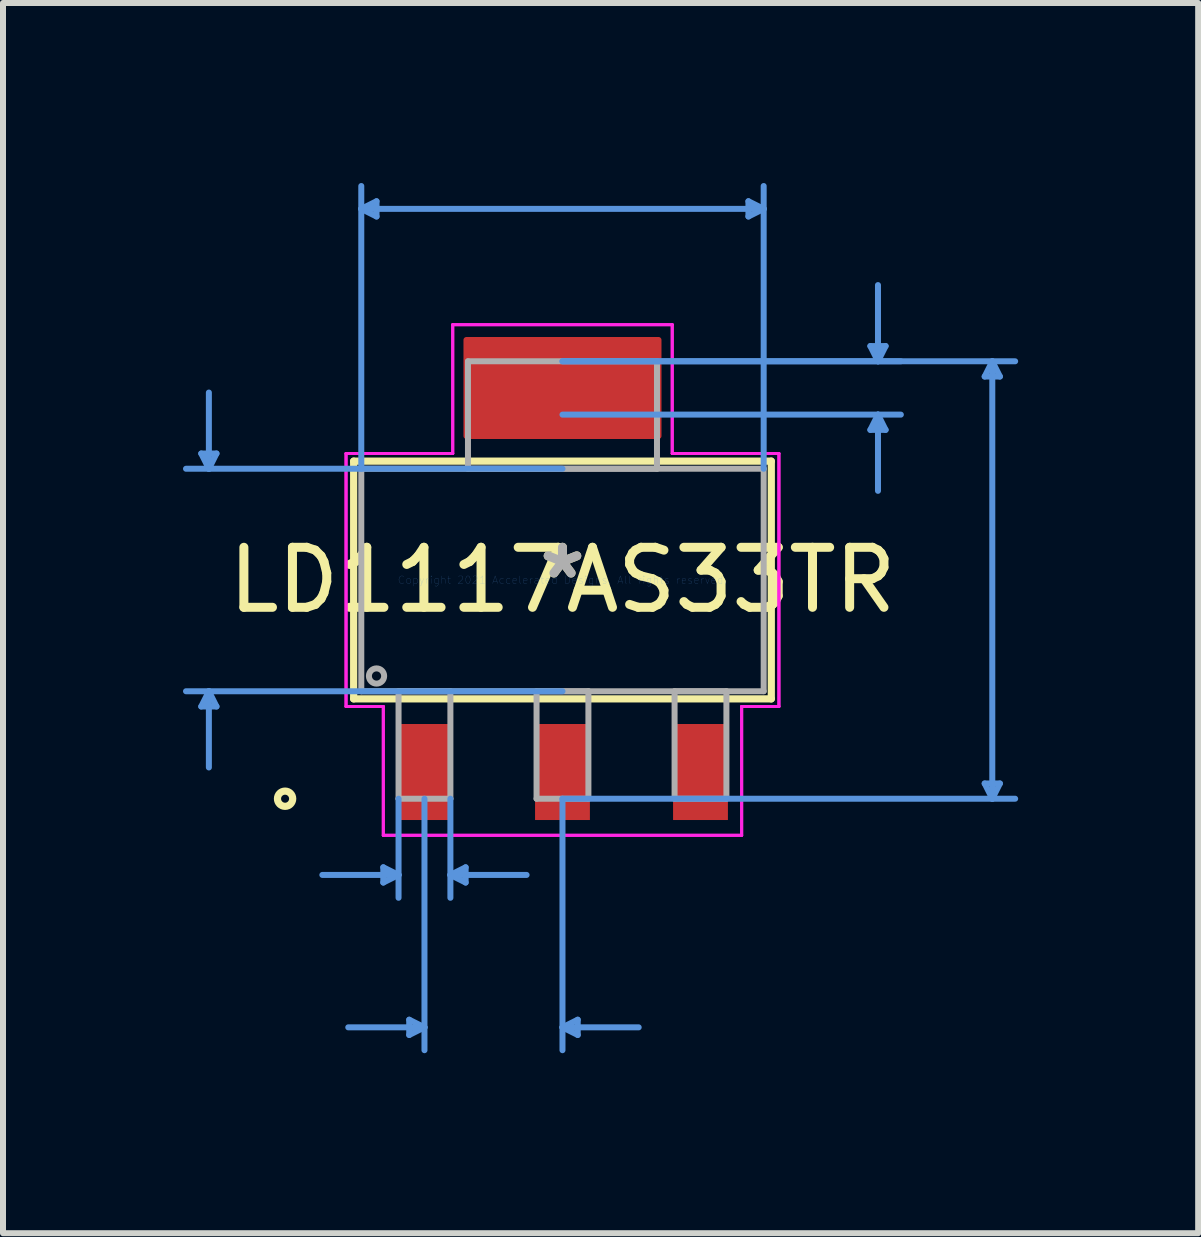
<source format=kicad_pcb>
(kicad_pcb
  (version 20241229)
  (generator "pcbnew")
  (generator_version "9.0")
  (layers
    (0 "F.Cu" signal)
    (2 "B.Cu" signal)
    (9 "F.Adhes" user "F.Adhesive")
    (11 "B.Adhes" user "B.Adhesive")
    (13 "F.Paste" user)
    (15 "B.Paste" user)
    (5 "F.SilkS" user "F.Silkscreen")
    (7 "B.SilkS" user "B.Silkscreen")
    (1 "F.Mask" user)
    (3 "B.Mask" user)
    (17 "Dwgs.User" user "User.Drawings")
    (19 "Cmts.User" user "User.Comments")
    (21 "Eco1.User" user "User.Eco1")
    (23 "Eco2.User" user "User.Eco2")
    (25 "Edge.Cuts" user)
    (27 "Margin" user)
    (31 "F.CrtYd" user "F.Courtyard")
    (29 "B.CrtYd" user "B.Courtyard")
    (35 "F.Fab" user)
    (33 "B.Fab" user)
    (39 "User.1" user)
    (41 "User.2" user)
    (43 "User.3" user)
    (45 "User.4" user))
  (footprint "LD1117AS33TR"
    (layer "F.Cu")
    (at 6.324 6.616)
    (property "Reference" "LD1117AS33TR" (at 0 0 0) (layer "F.SilkS") (effects (font (size 1 1) (thickness 0.15))))
    (attr through_hole)
    (fp_poly (pts (xy 1.6 -4) (xy -1.6 -4) (xy -1.6 -2.4) (xy 1.6 -2.4)) (stroke (width 0.1) (type solid)) (fill yes) (layer "F.Cu"))
    (fp_poly (pts (xy 1.626 -4.356) (xy -1.626 -4.356) (xy -1.626 -2.045) (xy 1.626 -2.045)) (stroke (width 0.1) (type solid)) (fill yes) (layer "F.Mask"))
    (fp_line (start -3.48 -1.981) (end -3.48 1.981) (stroke (width 0.12) (type solid)) (layer "F.SilkS"))
    (fp_line (start -3.48 1.981) (end 3.48 1.981) (stroke (width 0.12) (type solid)) (layer "F.SilkS"))
    (fp_line (start 3.48 -1.981) (end -3.48 -1.981) (stroke (width 0.12) (type solid)) (layer "F.SilkS"))
    (fp_line (start 3.48 1.981) (end 3.48 -1.981) (stroke (width 0.12) (type solid)) (layer "F.SilkS"))
    (fp_circle (center -4.623 3.645) (end -4.496 3.645) (stroke (width 0.12) (type solid)) (fill no) (layer "F.SilkS"))
    (fp_poly (pts (xy 1.6 -4) (xy -1.6 -4) (xy -1.6 -2.4) (xy 1.6 -2.4)) (stroke (width 0.1) (type solid)) (fill yes) (layer "F.Paste"))
    (fp_line (start -6.02 -2.108) (end -5.766 -2.108) (stroke (width 0.1) (type solid)) (layer "Cmts.User"))
    (fp_line (start -6.02 2.108) (end -5.766 2.108) (stroke (width 0.1) (type solid)) (layer "Cmts.User"))
    (fp_line (start -5.893 -1.854) (end -6.02 -2.108) (stroke (width 0.1) (type solid)) (layer "Cmts.User"))
    (fp_line (start -5.893 -1.854) (end -5.893 -3.124) (stroke (width 0.1) (type solid)) (layer "Cmts.User"))
    (fp_line (start -5.893 -1.854) (end -5.766 -2.108) (stroke (width 0.1) (type solid)) (layer "Cmts.User"))
    (fp_line (start -5.893 1.854) (end -6.02 2.108) (stroke (width 0.1) (type solid)) (layer "Cmts.User"))
    (fp_line (start -5.893 1.854) (end -5.893 3.124) (stroke (width 0.1) (type solid)) (layer "Cmts.User"))
    (fp_line (start -5.893 1.854) (end -5.766 2.108) (stroke (width 0.1) (type solid)) (layer "Cmts.User"))
    (fp_line (start -3.353 -6.185) (end -3.099 -6.312) (stroke (width 0.1) (type solid)) (layer "Cmts.User"))
    (fp_line (start -3.353 -6.185) (end -3.099 -6.058) (stroke (width 0.1) (type solid)) (layer "Cmts.User"))
    (fp_line (start -3.353 -6.185) (end 3.353 -6.185) (stroke (width 0.1) (type solid)) (layer "Cmts.User"))
    (fp_line (start -3.353 -1.854) (end -3.353 -6.566) (stroke (width 0.1) (type solid)) (layer "Cmts.User"))
    (fp_line (start -3.099 -6.312) (end -3.099 -6.058) (stroke (width 0.1) (type solid)) (layer "Cmts.User"))
    (fp_line (start -2.986 4.788) (end -2.986 5.042) (stroke (width 0.1) (type solid)) (layer "Cmts.User"))
    (fp_line (start -2.732 3.645) (end -2.732 5.296) (stroke (width 0.1) (type solid)) (layer "Cmts.User"))
    (fp_line (start -2.732 4.915) (end -4.002 4.915) (stroke (width 0.1) (type solid)) (layer "Cmts.User"))
    (fp_line (start -2.732 4.915) (end -2.986 4.788) (stroke (width 0.1) (type solid)) (layer "Cmts.User"))
    (fp_line (start -2.732 4.915) (end -2.986 5.042) (stroke (width 0.1) (type solid)) (layer "Cmts.User"))
    (fp_line (start -2.554 7.328) (end -2.554 7.582) (stroke (width 0.1) (type solid)) (layer "Cmts.User"))
    (fp_line (start -2.3 3.645) (end -2.3 7.836) (stroke (width 0.1) (type solid)) (layer "Cmts.User"))
    (fp_line (start -2.3 7.455) (end -3.57 7.455) (stroke (width 0.1) (type solid)) (layer "Cmts.User"))
    (fp_line (start -2.3 7.455) (end -2.554 7.328) (stroke (width 0.1) (type solid)) (layer "Cmts.User"))
    (fp_line (start -2.3 7.455) (end -2.554 7.582) (stroke (width 0.1) (type solid)) (layer "Cmts.User"))
    (fp_line (start -1.868 3.645) (end -1.868 5.296) (stroke (width 0.1) (type solid)) (layer "Cmts.User"))
    (fp_line (start -1.868 4.915) (end -1.614 4.788) (stroke (width 0.1) (type solid)) (layer "Cmts.User"))
    (fp_line (start -1.868 4.915) (end -1.614 5.042) (stroke (width 0.1) (type solid)) (layer "Cmts.User"))
    (fp_line (start -1.868 4.915) (end -0.598 4.915) (stroke (width 0.1) (type solid)) (layer "Cmts.User"))
    (fp_line (start -1.614 4.788) (end -1.614 5.042) (stroke (width 0.1) (type solid)) (layer "Cmts.User"))
    (fp_line (start 0 -3.645) (end 5.639 -3.645) (stroke (width 0.1) (type solid)) (layer "Cmts.User"))
    (fp_line (start 0 -3.645) (end 7.544 -3.645) (stroke (width 0.1) (type solid)) (layer "Cmts.User"))
    (fp_line (start 0 -2.756) (end 5.639 -2.756) (stroke (width 0.1) (type solid)) (layer "Cmts.User"))
    (fp_line (start 0 -1.854) (end -6.274 -1.854) (stroke (width 0.1) (type solid)) (layer "Cmts.User"))
    (fp_line (start 0 1.854) (end -6.274 1.854) (stroke (width 0.1) (type solid)) (layer "Cmts.User"))
    (fp_line (start 0 3.645) (end 0 7.836) (stroke (width 0.1) (type solid)) (layer "Cmts.User"))
    (fp_line (start 0 3.645) (end 7.544 3.645) (stroke (width 0.1) (type solid)) (layer "Cmts.User"))
    (fp_line (start 0 7.455) (end 0.254 7.328) (stroke (width 0.1) (type solid)) (layer "Cmts.User"))
    (fp_line (start 0 7.455) (end 0.254 7.582) (stroke (width 0.1) (type solid)) (layer "Cmts.User"))
    (fp_line (start 0 7.455) (end 1.27 7.455) (stroke (width 0.1) (type solid)) (layer "Cmts.User"))
    (fp_line (start 0.254 7.328) (end 0.254 7.582) (stroke (width 0.1) (type solid)) (layer "Cmts.User"))
    (fp_line (start 3.099 -6.312) (end 3.099 -6.058) (stroke (width 0.1) (type solid)) (layer "Cmts.User"))
    (fp_line (start 3.353 -6.185) (end 3.099 -6.312) (stroke (width 0.1) (type solid)) (layer "Cmts.User"))
    (fp_line (start 3.353 -6.185) (end 3.099 -6.058) (stroke (width 0.1) (type solid)) (layer "Cmts.User"))
    (fp_line (start 3.353 -1.854) (end 3.353 -6.566) (stroke (width 0.1) (type solid)) (layer "Cmts.User"))
    (fp_line (start 5.131 -3.899) (end 5.385 -3.899) (stroke (width 0.1) (type solid)) (layer "Cmts.User"))
    (fp_line (start 5.131 -2.502) (end 5.385 -2.502) (stroke (width 0.1) (type solid)) (layer "Cmts.User"))
    (fp_line (start 5.258 -3.645) (end 5.131 -3.899) (stroke (width 0.1) (type solid)) (layer "Cmts.User"))
    (fp_line (start 5.258 -3.645) (end 5.258 -4.915) (stroke (width 0.1) (type solid)) (layer "Cmts.User"))
    (fp_line (start 5.258 -3.645) (end 5.385 -3.899) (stroke (width 0.1) (type solid)) (layer "Cmts.User"))
    (fp_line (start 5.258 -2.756) (end 5.131 -2.502) (stroke (width 0.1) (type solid)) (layer "Cmts.User"))
    (fp_line (start 5.258 -2.756) (end 5.258 -1.486) (stroke (width 0.1) (type solid)) (layer "Cmts.User"))
    (fp_line (start 5.258 -2.756) (end 5.385 -2.502) (stroke (width 0.1) (type solid)) (layer "Cmts.User"))
    (fp_line (start 7.036 -3.391) (end 7.29 -3.391) (stroke (width 0.1) (type solid)) (layer "Cmts.User"))
    (fp_line (start 7.036 3.391) (end 7.29 3.391) (stroke (width 0.1) (type solid)) (layer "Cmts.User"))
    (fp_line (start 7.163 -3.645) (end 7.036 -3.391) (stroke (width 0.1) (type solid)) (layer "Cmts.User"))
    (fp_line (start 7.163 -3.645) (end 7.163 3.645) (stroke (width 0.1) (type solid)) (layer "Cmts.User"))
    (fp_line (start 7.163 -3.645) (end 7.29 -3.391) (stroke (width 0.1) (type solid)) (layer "Cmts.User"))
    (fp_line (start 7.163 3.645) (end 7.036 3.391) (stroke (width 0.1) (type solid)) (layer "Cmts.User"))
    (fp_line (start 7.163 3.645) (end 7.29 3.391) (stroke (width 0.1) (type solid)) (layer "Cmts.User"))
    (fp_line (start -3.607 -2.108) (end -1.829 -2.108) (stroke (width 0.05) (type solid)) (layer "F.CrtYd"))
    (fp_line (start -3.607 -2.108) (end -1.829 -2.108) (stroke (width 0.05) (type solid)) (layer "F.CrtYd"))
    (fp_line (start -3.607 2.108) (end -3.607 -2.108) (stroke (width 0.05) (type solid)) (layer "F.CrtYd"))
    (fp_line (start -3.607 2.108) (end -3.607 -2.108) (stroke (width 0.05) (type solid)) (layer "F.CrtYd"))
    (fp_line (start -2.986 2.108) (end -3.607 2.108) (stroke (width 0.05) (type solid)) (layer "F.CrtYd"))
    (fp_line (start -2.986 2.108) (end -3.607 2.108) (stroke (width 0.05) (type solid)) (layer "F.CrtYd"))
    (fp_line (start -2.986 4.255) (end -2.986 2.108) (stroke (width 0.05) (type solid)) (layer "F.CrtYd"))
    (fp_line (start -2.986 4.255) (end -2.986 2.108) (stroke (width 0.05) (type solid)) (layer "F.CrtYd"))
    (fp_line (start -1.829 -4.255) (end 1.829 -4.255) (stroke (width 0.05) (type solid)) (layer "F.CrtYd"))
    (fp_line (start -1.829 -4.255) (end 1.829 -4.255) (stroke (width 0.05) (type solid)) (layer "F.CrtYd"))
    (fp_line (start -1.829 -2.108) (end -1.829 -4.255) (stroke (width 0.05) (type solid)) (layer "F.CrtYd"))
    (fp_line (start -1.829 -2.108) (end -1.829 -4.255) (stroke (width 0.05) (type solid)) (layer "F.CrtYd"))
    (fp_line (start 1.829 -4.255) (end 1.829 -2.108) (stroke (width 0.05) (type solid)) (layer "F.CrtYd"))
    (fp_line (start 1.829 -4.255) (end 1.829 -2.108) (stroke (width 0.05) (type solid)) (layer "F.CrtYd"))
    (fp_line (start 1.829 -2.108) (end 3.607 -2.108) (stroke (width 0.05) (type solid)) (layer "F.CrtYd"))
    (fp_line (start 1.829 -2.108) (end 3.607 -2.108) (stroke (width 0.05) (type solid)) (layer "F.CrtYd"))
    (fp_line (start 2.986 2.108) (end 2.986 4.255) (stroke (width 0.05) (type solid)) (layer "F.CrtYd"))
    (fp_line (start 2.986 2.108) (end 2.986 4.255) (stroke (width 0.05) (type solid)) (layer "F.CrtYd"))
    (fp_line (start 2.986 4.255) (end -2.986 4.255) (stroke (width 0.05) (type solid)) (layer "F.CrtYd"))
    (fp_line (start 2.986 4.255) (end -2.986 4.255) (stroke (width 0.05) (type solid)) (layer "F.CrtYd"))
    (fp_line (start 3.607 -2.108) (end 3.607 2.108) (stroke (width 0.05) (type solid)) (layer "F.CrtYd"))
    (fp_line (start 3.607 -2.108) (end 3.607 2.108) (stroke (width 0.05) (type solid)) (layer "F.CrtYd"))
    (fp_line (start 3.607 2.108) (end 2.986 2.108) (stroke (width 0.05) (type solid)) (layer "F.CrtYd"))
    (fp_line (start 3.607 2.108) (end 2.986 2.108) (stroke (width 0.05) (type solid)) (layer "F.CrtYd"))
    (fp_line (start -3.353 -1.854) (end -3.353 1.854) (stroke (width 0.1) (type solid)) (layer "F.Fab"))
    (fp_line (start -3.353 1.854) (end 3.353 1.854) (stroke (width 0.1) (type solid)) (layer "F.Fab"))
    (fp_line (start -2.732 1.854) (end -2.732 3.645) (stroke (width 0.1) (type solid)) (layer "F.Fab"))
    (fp_line (start -2.732 3.645) (end -1.868 3.645) (stroke (width 0.1) (type solid)) (layer "F.Fab"))
    (fp_line (start -1.868 1.854) (end -2.732 1.854) (stroke (width 0.1) (type solid)) (layer "F.Fab"))
    (fp_line (start -1.868 3.645) (end -1.868 1.854) (stroke (width 0.1) (type solid)) (layer "F.Fab"))
    (fp_line (start -1.575 -3.645) (end -1.575 -1.854) (stroke (width 0.1) (type solid)) (layer "F.Fab"))
    (fp_line (start -1.575 -1.854) (end 1.575 -1.854) (stroke (width 0.1) (type solid)) (layer "F.Fab"))
    (fp_line (start -0.432 1.854) (end -0.432 3.645) (stroke (width 0.1) (type solid)) (layer "F.Fab"))
    (fp_line (start -0.432 3.645) (end 0.432 3.645) (stroke (width 0.1) (type solid)) (layer "F.Fab"))
    (fp_line (start 0.432 1.854) (end -0.432 1.854) (stroke (width 0.1) (type solid)) (layer "F.Fab"))
    (fp_line (start 0.432 3.645) (end 0.432 1.854) (stroke (width 0.1) (type solid)) (layer "F.Fab"))
    (fp_line (start 1.575 -3.645) (end -1.575 -3.645) (stroke (width 0.1) (type solid)) (layer "F.Fab"))
    (fp_line (start 1.575 -1.854) (end 1.575 -3.645) (stroke (width 0.1) (type solid)) (layer "F.Fab"))
    (fp_line (start 1.868 1.854) (end 1.868 3.645) (stroke (width 0.1) (type solid)) (layer "F.Fab"))
    (fp_line (start 1.868 3.645) (end 2.732 3.645) (stroke (width 0.1) (type solid)) (layer "F.Fab"))
    (fp_line (start 2.732 1.854) (end 1.868 1.854) (stroke (width 0.1) (type solid)) (layer "F.Fab"))
    (fp_line (start 2.732 3.645) (end 2.732 1.854) (stroke (width 0.1) (type solid)) (layer "F.Fab"))
    (fp_line (start 3.353 -1.854) (end -3.353 -1.854) (stroke (width 0.1) (type solid)) (layer "F.Fab"))
    (fp_line (start 3.353 1.854) (end 3.353 -1.854) (stroke (width 0.1) (type solid)) (layer "F.Fab"))
    (fp_circle (center -3.099 1.6) (end -2.972 1.6) (stroke (width 0.1) (type solid)) (fill no) (layer "F.Fab"))
    (fp_text user "*" (at 0 0 0) (layer "F.SilkS") (effects (font (size 1 1) (thickness 0.15))))
    (fp_text user "Copyright 2021 Accelerated Designs. All rights reserved." (at 0 0 0) (layer "Cmts.User") (effects (font (size 0.127 0.127) (thickness 0.002))))
    (fp_text user "*" (at 0 0 0) (layer "F.Fab") (effects (font (size 1 1) (thickness 0.15))))
    (pad "1" smd rect (at -2.3 3.2) (size 0.914 1.6) (layers "F.Cu" "F.Mask" "F.Paste"))
    (pad "2" smd rect (at 0 3.2) (size 0.914 1.6) (layers "F.Cu" "F.Mask" "F.Paste"))
    (pad "3" smd rect (at 2.3 3.2) (size 0.914 1.6) (layers "F.Cu" "F.Mask" "F.Paste")))
  (gr_rect
    (start -3 -3)
    (end 16.918 17.502)
    (stroke (width 0.1) (type default))
    (fill no)
    (layer "Edge.Cuts")))
</source>
